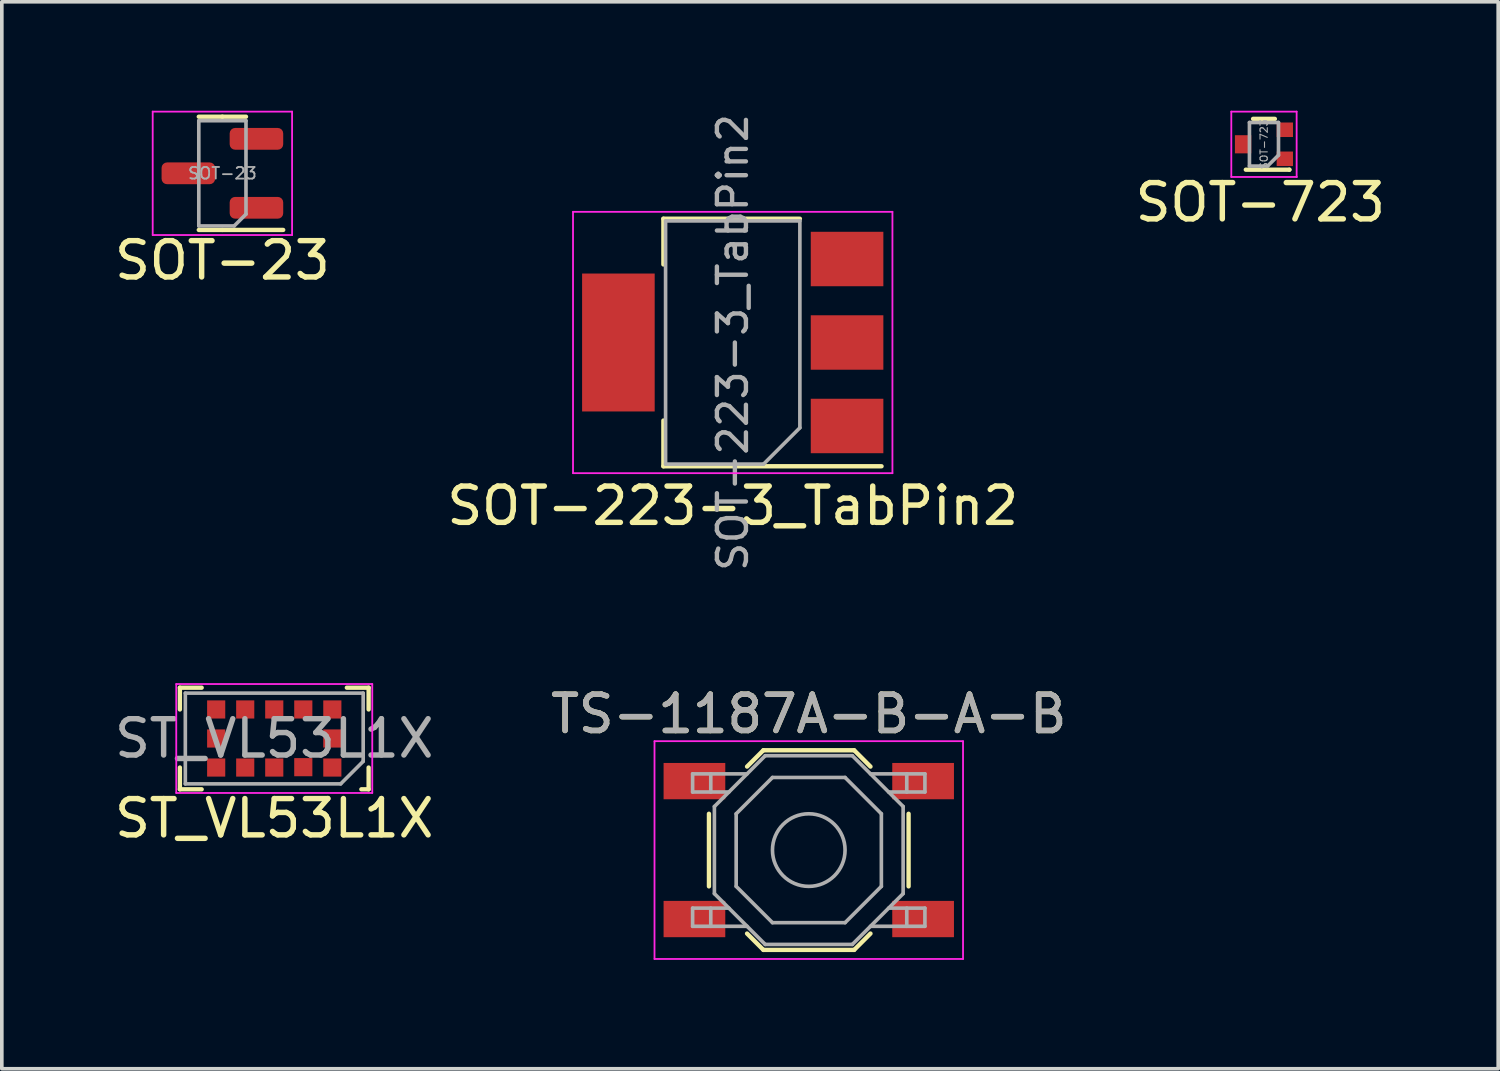
<source format=kicad_pcb>
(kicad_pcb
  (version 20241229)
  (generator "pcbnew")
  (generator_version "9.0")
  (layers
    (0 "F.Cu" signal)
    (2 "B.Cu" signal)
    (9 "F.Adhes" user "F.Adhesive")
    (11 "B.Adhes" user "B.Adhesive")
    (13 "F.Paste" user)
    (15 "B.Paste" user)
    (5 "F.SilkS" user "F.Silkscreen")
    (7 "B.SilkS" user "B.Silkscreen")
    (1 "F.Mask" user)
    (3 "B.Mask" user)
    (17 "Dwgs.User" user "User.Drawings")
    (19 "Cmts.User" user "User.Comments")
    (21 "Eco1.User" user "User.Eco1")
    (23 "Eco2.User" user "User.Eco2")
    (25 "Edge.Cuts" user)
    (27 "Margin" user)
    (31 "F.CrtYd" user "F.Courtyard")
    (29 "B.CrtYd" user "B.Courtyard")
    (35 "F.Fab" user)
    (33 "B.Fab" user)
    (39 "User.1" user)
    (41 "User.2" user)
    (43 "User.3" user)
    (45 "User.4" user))
  (footprint "SOT-723"
    (layer "F.Cu")
    (at 31.773 0.925)
    (property "Reference" "SOT-723" (at -0.1 1.6 180) (layer "F.SilkS") (effects (font (size 1 1) (thickness 0.15))))
    (attr smd)
    (fp_line (start -0.5 0.7) (end 0.7 0.7) (stroke (width 0.12) (type solid)) (layer "F.SilkS"))
    (fp_line (start -0.3 -0.7) (end 0.3 -0.7) (stroke (width 0.12) (type solid)) (layer "F.SilkS"))
    (fp_line (start 0.7 0.7) (end 0.7 0.7) (stroke (width 0.12) (type solid)) (layer "F.SilkS"))
    (fp_line (start -0.9 -0.9) (end 0.9 -0.9) (stroke (width 0.05) (type solid)) (layer "F.CrtYd"))
    (fp_line (start -0.9 0.9) (end -0.9 -0.9) (stroke (width 0.05) (type solid)) (layer "F.CrtYd"))
    (fp_line (start 0.9 -0.9) (end 0.9 0.9) (stroke (width 0.05) (type solid)) (layer "F.CrtYd"))
    (fp_line (start 0.9 0.9) (end -0.9 0.9) (stroke (width 0.05) (type solid)) (layer "F.CrtYd"))
    (fp_line (start 0.9 0.9) (end 0.9 0.9) (stroke (width 0.05) (type solid)) (layer "F.CrtYd"))
    (fp_line (start -0.4 -0.6) (end 0.4 -0.6) (stroke (width 0.1) (type solid)) (layer "F.Fab"))
    (fp_line (start -0.4 0.6) (end -0.4 -0.6) (stroke (width 0.1) (type solid)) (layer "F.Fab"))
    (fp_line (start 0.1 0.6) (end -0.4 0.6) (stroke (width 0.1) (type solid)) (layer "F.Fab"))
    (fp_line (start 0.4 -0.6) (end 0.4 0.3) (stroke (width 0.1) (type solid)) (layer "F.Fab"))
    (fp_line (start 0.4 0.3) (end 0.1 0.6) (stroke (width 0.1) (type solid)) (layer "F.Fab"))
    (fp_text user "${REFERENCE}" (at 0 0 270) (layer "F.Fab") (effects (font (size 0.2 0.2) (thickness 0.03))))
    (pad "1" smd rect (at 0.575 0.4 180) (size 0.45 0.4) (layers "F.Cu" "F.Mask" "F.Paste"))
    (pad "2" smd rect (at 0.575 -0.4 180) (size 0.45 0.4) (layers "F.Cu" "F.Mask" "F.Paste"))
    (pad "3" smd rect (at -0.575 0 180) (size 0.45 0.5) (layers "F.Cu" "F.Mask" "F.Paste")))
  (footprint "TS-1187A-B-A-B"
    (layer "F.Cu")
    (at 19.232 20.37)
    (property "Reference" "TS-1187A-B-A-B" (at 0 -3.75 0) (layer "F.SilkS") (effects (font (size 1 1) (thickness 0.15))))
    (attr smd)
    (fp_line (start -2.75 -1) (end -2.75 1) (stroke (width 0.12) (type solid)) (layer "F.SilkS"))
    (fp_line (start -1.7 -2.3) (end -1.25 -2.75) (stroke (width 0.12) (type solid)) (layer "F.SilkS"))
    (fp_line (start -1.7 2.3) (end -1.25 2.75) (stroke (width 0.12) (type solid)) (layer "F.SilkS"))
    (fp_line (start -1.25 -2.75) (end 1.25 -2.75) (stroke (width 0.12) (type solid)) (layer "F.SilkS"))
    (fp_line (start -1.25 2.75) (end 1.25 2.75) (stroke (width 0.12) (type solid)) (layer "F.SilkS"))
    (fp_line (start 1.7 -2.3) (end 1.25 -2.75) (stroke (width 0.12) (type solid)) (layer "F.SilkS"))
    (fp_line (start 1.7 2.3) (end 1.25 2.75) (stroke (width 0.12) (type solid)) (layer "F.SilkS"))
    (fp_line (start 2.75 -1) (end 2.75 1) (stroke (width 0.12) (type solid)) (layer "F.SilkS"))
    (fp_line (start -4.25 -3) (end 4.25 -3) (stroke (width 0.05) (type solid)) (layer "F.CrtYd"))
    (fp_line (start -4.25 3) (end -4.25 -3) (stroke (width 0.05) (type solid)) (layer "F.CrtYd"))
    (fp_line (start 4.25 -3) (end 4.25 3) (stroke (width 0.05) (type solid)) (layer "F.CrtYd"))
    (fp_line (start 4.25 3) (end -4.25 3) (stroke (width 0.05) (type solid)) (layer "F.CrtYd"))
    (fp_line (start -3.2 -2.1) (end -3.2 -1.6) (stroke (width 0.1) (type solid)) (layer "F.Fab"))
    (fp_line (start -3.2 -1.6) (end -2.2 -1.6) (stroke (width 0.1) (type solid)) (layer "F.Fab"))
    (fp_line (start -3.2 1.6) (end -2.2 1.6) (stroke (width 0.1) (type solid)) (layer "F.Fab"))
    (fp_line (start -3.2 2.1) (end -3.2 1.6) (stroke (width 0.1) (type solid)) (layer "F.Fab"))
    (fp_line (start -2.7 -2.1) (end -2.7 -1.6) (stroke (width 0.1) (type solid)) (layer "F.Fab"))
    (fp_line (start -2.7 2.1) (end -2.7 1.6) (stroke (width 0.1) (type solid)) (layer "F.Fab"))
    (fp_line (start -2.6 -1.2) (end -2.6 1.2) (stroke (width 0.1) (type solid)) (layer "F.Fab"))
    (fp_line (start -2.6 1.2) (end -1.2 2.6) (stroke (width 0.1) (type solid)) (layer "F.Fab"))
    (fp_line (start -2 -1) (end -1 -2) (stroke (width 0.1) (type solid)) (layer "F.Fab"))
    (fp_line (start -2 1) (end -2 -1) (stroke (width 0.1) (type solid)) (layer "F.Fab"))
    (fp_line (start -1.7 -2.1) (end -3.2 -2.1) (stroke (width 0.1) (type solid)) (layer "F.Fab"))
    (fp_line (start -1.7 2.1) (end -3.2 2.1) (stroke (width 0.1) (type solid)) (layer "F.Fab"))
    (fp_line (start -1.2 -2.6) (end -2.6 -1.2) (stroke (width 0.1) (type solid)) (layer "F.Fab"))
    (fp_line (start -1.2 2.6) (end 1.2 2.6) (stroke (width 0.1) (type solid)) (layer "F.Fab"))
    (fp_line (start -1 -2) (end 1 -2) (stroke (width 0.1) (type solid)) (layer "F.Fab"))
    (fp_line (start -1 2) (end -2 1) (stroke (width 0.1) (type solid)) (layer "F.Fab"))
    (fp_line (start 1 -2) (end 2 -1) (stroke (width 0.1) (type solid)) (layer "F.Fab"))
    (fp_line (start 1 2) (end -1 2) (stroke (width 0.1) (type solid)) (layer "F.Fab"))
    (fp_line (start 1.2 -2.6) (end -1.2 -2.6) (stroke (width 0.1) (type solid)) (layer "F.Fab"))
    (fp_line (start 1.2 2.6) (end 2.6 1.2) (stroke (width 0.1) (type solid)) (layer "F.Fab"))
    (fp_line (start 1.7 -2.1) (end 3.2 -2.1) (stroke (width 0.1) (type solid)) (layer "F.Fab"))
    (fp_line (start 1.7 2.1) (end 3.2 2.1) (stroke (width 0.1) (type solid)) (layer "F.Fab"))
    (fp_line (start 2 -1) (end 2 1) (stroke (width 0.1) (type solid)) (layer "F.Fab"))
    (fp_line (start 2 1) (end 1 2) (stroke (width 0.1) (type solid)) (layer "F.Fab"))
    (fp_line (start 2.6 -1.2) (end 1.2 -2.6) (stroke (width 0.1) (type solid)) (layer "F.Fab"))
    (fp_line (start 2.6 1.2) (end 2.6 -1.2) (stroke (width 0.1) (type solid)) (layer "F.Fab"))
    (fp_line (start 2.7 -2.1) (end 2.7 -1.6) (stroke (width 0.1) (type solid)) (layer "F.Fab"))
    (fp_line (start 2.7 2.1) (end 2.7 1.6) (stroke (width 0.1) (type solid)) (layer "F.Fab"))
    (fp_line (start 3.2 -2.1) (end 3.2 -1.6) (stroke (width 0.1) (type solid)) (layer "F.Fab"))
    (fp_line (start 3.2 -1.6) (end 2.2 -1.6) (stroke (width 0.1) (type solid)) (layer "F.Fab"))
    (fp_line (start 3.2 1.6) (end 2.2 1.6) (stroke (width 0.1) (type solid)) (layer "F.Fab"))
    (fp_line (start 3.2 2.1) (end 3.2 1.6) (stroke (width 0.1) (type solid)) (layer "F.Fab"))
    (fp_circle (center 0 0) (end 1 0) (stroke (width 0.1) (type solid)) (fill no) (layer "F.Fab"))
    (fp_text user "${REFERENCE}" (at 0 -3.75 0) (layer "F.Fab") (effects (font (size 1 1) (thickness 0.15))))
    (pad "1" smd rect (at -3.15 -1.9) (size 1.7 1) (layers "F.Cu" "F.Mask" "F.Paste"))
    (pad "2" smd rect (at 3.15 -1.9) (size 1.7 1) (layers "F.Cu" "F.Mask" "F.Paste"))
    (pad "3" smd rect (at -3.15 1.9) (size 1.7 1) (layers "F.Cu" "F.Mask" "F.Paste"))
    (pad "4" smd rect (at 3.15 1.9) (size 1.7 1) (layers "F.Cu" "F.Mask" "F.Paste")))
  (footprint "SOT-23"
    (layer "F.Cu")
    (at 3.077 1.725)
    (property "Reference" "SOT-23" (at 0 2.4 180) (layer "F.SilkS") (effects (font (size 1 1) (thickness 0.15))))
    (attr smd)
    (fp_line (start 0 -1.56) (end -0.65 -1.56) (stroke (width 0.12) (type solid)) (layer "F.SilkS"))
    (fp_line (start 0 -1.56) (end 0.65 -1.56) (stroke (width 0.12) (type solid)) (layer "F.SilkS"))
    (fp_line (start 0 1.56) (end -0.65 1.56) (stroke (width 0.12) (type solid)) (layer "F.SilkS"))
    (fp_line (start 0 1.56) (end 1.675 1.56) (stroke (width 0.12) (type solid)) (layer "F.SilkS"))
    (fp_line (start -1.92 -1.7) (end -1.92 1.7) (stroke (width 0.05) (type solid)) (layer "F.CrtYd"))
    (fp_line (start -1.92 1.7) (end 1.92 1.7) (stroke (width 0.05) (type solid)) (layer "F.CrtYd"))
    (fp_line (start 1.92 -1.7) (end -1.92 -1.7) (stroke (width 0.05) (type solid)) (layer "F.CrtYd"))
    (fp_line (start 1.92 1.7) (end 1.92 -1.7) (stroke (width 0.05) (type solid)) (layer "F.CrtYd"))
    (fp_line (start -0.65 -1.45) (end 0.65 -1.45) (stroke (width 0.1) (type solid)) (layer "F.Fab"))
    (fp_line (start -0.65 1.45) (end -0.65 -1.45) (stroke (width 0.1) (type solid)) (layer "F.Fab"))
    (fp_line (start 0.325 1.45) (end -0.65 1.45) (stroke (width 0.1) (type solid)) (layer "F.Fab"))
    (fp_line (start 0.65 -1.45) (end 0.65 1.125) (stroke (width 0.1) (type solid)) (layer "F.Fab"))
    (fp_line (start 0.65 1.125) (end 0.325 1.45) (stroke (width 0.1) (type solid)) (layer "F.Fab"))
    (fp_text user "${REFERENCE}" (at 0 0 180) (layer "F.Fab") (effects (font (size 0.32 0.32) (thickness 0.05))))
    (pad "1" smd roundrect (at 0.938 0.95 180) (size 1.475 0.6) (layers "F.Cu" "F.Mask" "F.Paste") (roundrect_rratio 0.25))
    (pad "2" smd roundrect (at 0.938 -0.95 180) (size 1.475 0.6) (layers "F.Cu" "F.Mask" "F.Paste") (roundrect_rratio 0.25))
    (pad "3" smd roundrect (at -0.938 0 180) (size 1.475 0.6) (layers "F.Cu" "F.Mask" "F.Paste") (roundrect_rratio 0.25)))
  (footprint "ST_VL53L1X"
    (layer "F.Cu")
    (at 4.506 17.296)
    (property "Reference" "ST_VL53L1X" (at 0 2.2 0) (layer "F.SilkS") (effects (font (size 1 1) (thickness 0.15))))
    (attr smd)
    (fp_line (start -2.6 -1.4) (end -2 -1.4) (stroke (width 0.12) (type solid)) (layer "F.SilkS"))
    (fp_line (start -2.6 -0.8) (end -2.6 -1.4) (stroke (width 0.12) (type solid)) (layer "F.SilkS"))
    (fp_line (start -2.6 1.4) (end -2.6 0.8) (stroke (width 0.12) (type solid)) (layer "F.SilkS"))
    (fp_line (start -2 1.4) (end -2.6 1.4) (stroke (width 0.12) (type solid)) (layer "F.SilkS"))
    (fp_line (start 2 -1.4) (end 2.6 -1.4) (stroke (width 0.12) (type solid)) (layer "F.SilkS"))
    (fp_line (start 2.6 -1.4) (end 2.6 -0.8) (stroke (width 0.12) (type solid)) (layer "F.SilkS"))
    (fp_line (start 2.6 1.4) (end 2.4 1.4) (stroke (width 0.12) (type solid)) (layer "F.SilkS"))
    (fp_line (start 2.6 1.4) (end 2.6 0.8) (stroke (width 0.12) (type solid)) (layer "F.SilkS"))
    (fp_line (start -2.7 -1.5) (end -2.7 1.5) (stroke (width 0.05) (type solid)) (layer "F.CrtYd"))
    (fp_line (start -2.7 1.5) (end 2.7 1.5) (stroke (width 0.05) (type solid)) (layer "F.CrtYd"))
    (fp_line (start 2.7 -1.5) (end -2.7 -1.5) (stroke (width 0.05) (type solid)) (layer "F.CrtYd"))
    (fp_line (start 2.7 1.5) (end 2.7 -1.5) (stroke (width 0.05) (type solid)) (layer "F.CrtYd"))
    (fp_line (start -2.45 -1.25) (end 2.45 -1.25) (stroke (width 0.1) (type solid)) (layer "F.Fab"))
    (fp_line (start -2.45 1.25) (end -2.45 -1.25) (stroke (width 0.1) (type solid)) (layer "F.Fab"))
    (fp_line (start 1.83 1.25) (end -2.45 1.25) (stroke (width 0.1) (type solid)) (layer "F.Fab"))
    (fp_line (start 2.45 -1.25) (end 2.45 0.63) (stroke (width 0.1) (type solid)) (layer "F.Fab"))
    (fp_line (start 2.45 0.63) (end 1.83 1.25) (stroke (width 0.1) (type solid)) (layer "F.Fab"))
    (fp_text user "${REFERENCE}" (at 0 0 0) (layer "F.Fab") (effects (font (size 1 1) (thickness 0.15))))
    (pad "1" smd rect (at 1.6 0.8 270) (size 0.5 0.5) (layers "F.Cu" "F.Mask" "F.Paste"))
    (pad "2" smd rect (at 0.8 0.79 270) (size 0.5 0.5) (layers "F.Cu" "F.Mask" "F.Paste"))
    (pad "3" smd rect (at 0 0.8 270) (size 0.5 0.5) (layers "F.Cu" "F.Mask" "F.Paste"))
    (pad "4" smd rect (at -0.8 0.8 270) (size 0.5 0.5) (layers "F.Cu" "F.Mask" "F.Paste"))
    (pad "5" smd rect (at -1.6 0.8 270) (size 0.5 0.5) (layers "F.Cu" "F.Mask" "F.Paste"))
    (pad "6" smd rect (at -1.6 0 270) (size 0.5 0.5) (layers "F.Cu" "F.Mask" "F.Paste"))
    (pad "7" smd rect (at -1.6 -0.8 270) (size 0.5 0.5) (layers "F.Cu" "F.Mask" "F.Paste"))
    (pad "8" smd rect (at -0.8 -0.8 270) (size 0.5 0.5) (layers "F.Cu" "F.Mask" "F.Paste"))
    (pad "9" smd rect (at 0 -0.8 270) (size 0.5 0.5) (layers "F.Cu" "F.Mask" "F.Paste"))
    (pad "10" smd rect (at 0.8 -0.8 270) (size 0.5 0.5) (layers "F.Cu" "F.Mask" "F.Paste"))
    (pad "11" smd rect (at 1.6 -0.8 270) (size 0.5 0.5) (layers "F.Cu" "F.Mask" "F.Paste"))
    (pad "12" smd rect (at 1.6 0 270) (size 0.5 0.5) (layers "F.Cu" "F.Mask" "F.Paste")))
  (footprint "SOT-223-3_TabPin2"
    (layer "F.Cu")
    (at 17.137 6.386)
    (property "Reference" "SOT-223-3_TabPin2" (at 0 4.5 180) (layer "F.SilkS") (effects (font (size 1 1) (thickness 0.15))))
    (attr smd)
    (fp_line (start -1.91 -3.41) (end -1.91 -2.15) (stroke (width 0.12) (type solid)) (layer "F.SilkS"))
    (fp_line (start -1.91 3.41) (end -1.91 2.15) (stroke (width 0.12) (type solid)) (layer "F.SilkS"))
    (fp_line (start 1.85 -3.41) (end -1.91 -3.41) (stroke (width 0.12) (type solid)) (layer "F.SilkS"))
    (fp_line (start 4.1 3.41) (end -1.91 3.41) (stroke (width 0.12) (type solid)) (layer "F.SilkS"))
    (fp_line (start -4.4 -3.6) (end -4.4 3.6) (stroke (width 0.05) (type solid)) (layer "F.CrtYd"))
    (fp_line (start -4.4 3.6) (end 4.4 3.6) (stroke (width 0.05) (type solid)) (layer "F.CrtYd"))
    (fp_line (start 4.4 -3.6) (end -4.4 -3.6) (stroke (width 0.05) (type solid)) (layer "F.CrtYd"))
    (fp_line (start 4.4 3.6) (end 4.4 -3.6) (stroke (width 0.05) (type solid)) (layer "F.CrtYd"))
    (fp_line (start -1.85 3.35) (end -1.85 -3.35) (stroke (width 0.1) (type solid)) (layer "F.Fab"))
    (fp_line (start 0.85 3.35) (end -1.85 3.35) (stroke (width 0.1) (type solid)) (layer "F.Fab"))
    (fp_line (start 1.85 -3.35) (end -1.85 -3.35) (stroke (width 0.1) (type solid)) (layer "F.Fab"))
    (fp_line (start 1.85 2.35) (end 0.85 3.35) (stroke (width 0.1) (type solid)) (layer "F.Fab"))
    (fp_line (start 1.85 2.35) (end 1.85 -3.35) (stroke (width 0.1) (type solid)) (layer "F.Fab"))
    (fp_text user "${REFERENCE}" (at 0 0 270) (layer "F.Fab") (effects (font (size 0.8 0.8) (thickness 0.12))))
    (pad "1" smd rect (at 3.15 2.3 180) (size 2 1.5) (layers "F.Cu" "F.Mask" "F.Paste"))
    (pad "2" smd rect (at -3.15 0 180) (size 2 3.8) (layers "F.Cu" "F.Mask" "F.Paste"))
    (pad "2" smd rect (at 3.15 0 180) (size 2 1.5) (layers "F.Cu" "F.Mask" "F.Paste"))
    (pad "3" smd rect (at 3.15 -2.3 180) (size 2 1.5) (layers "F.Cu" "F.Mask" "F.Paste")))
  (gr_rect
    (start -3 -3)
    (end 38.226 26.395)
    (stroke (width 0.1) (type default))
    (fill no)
    (layer "Edge.Cuts")))
</source>
